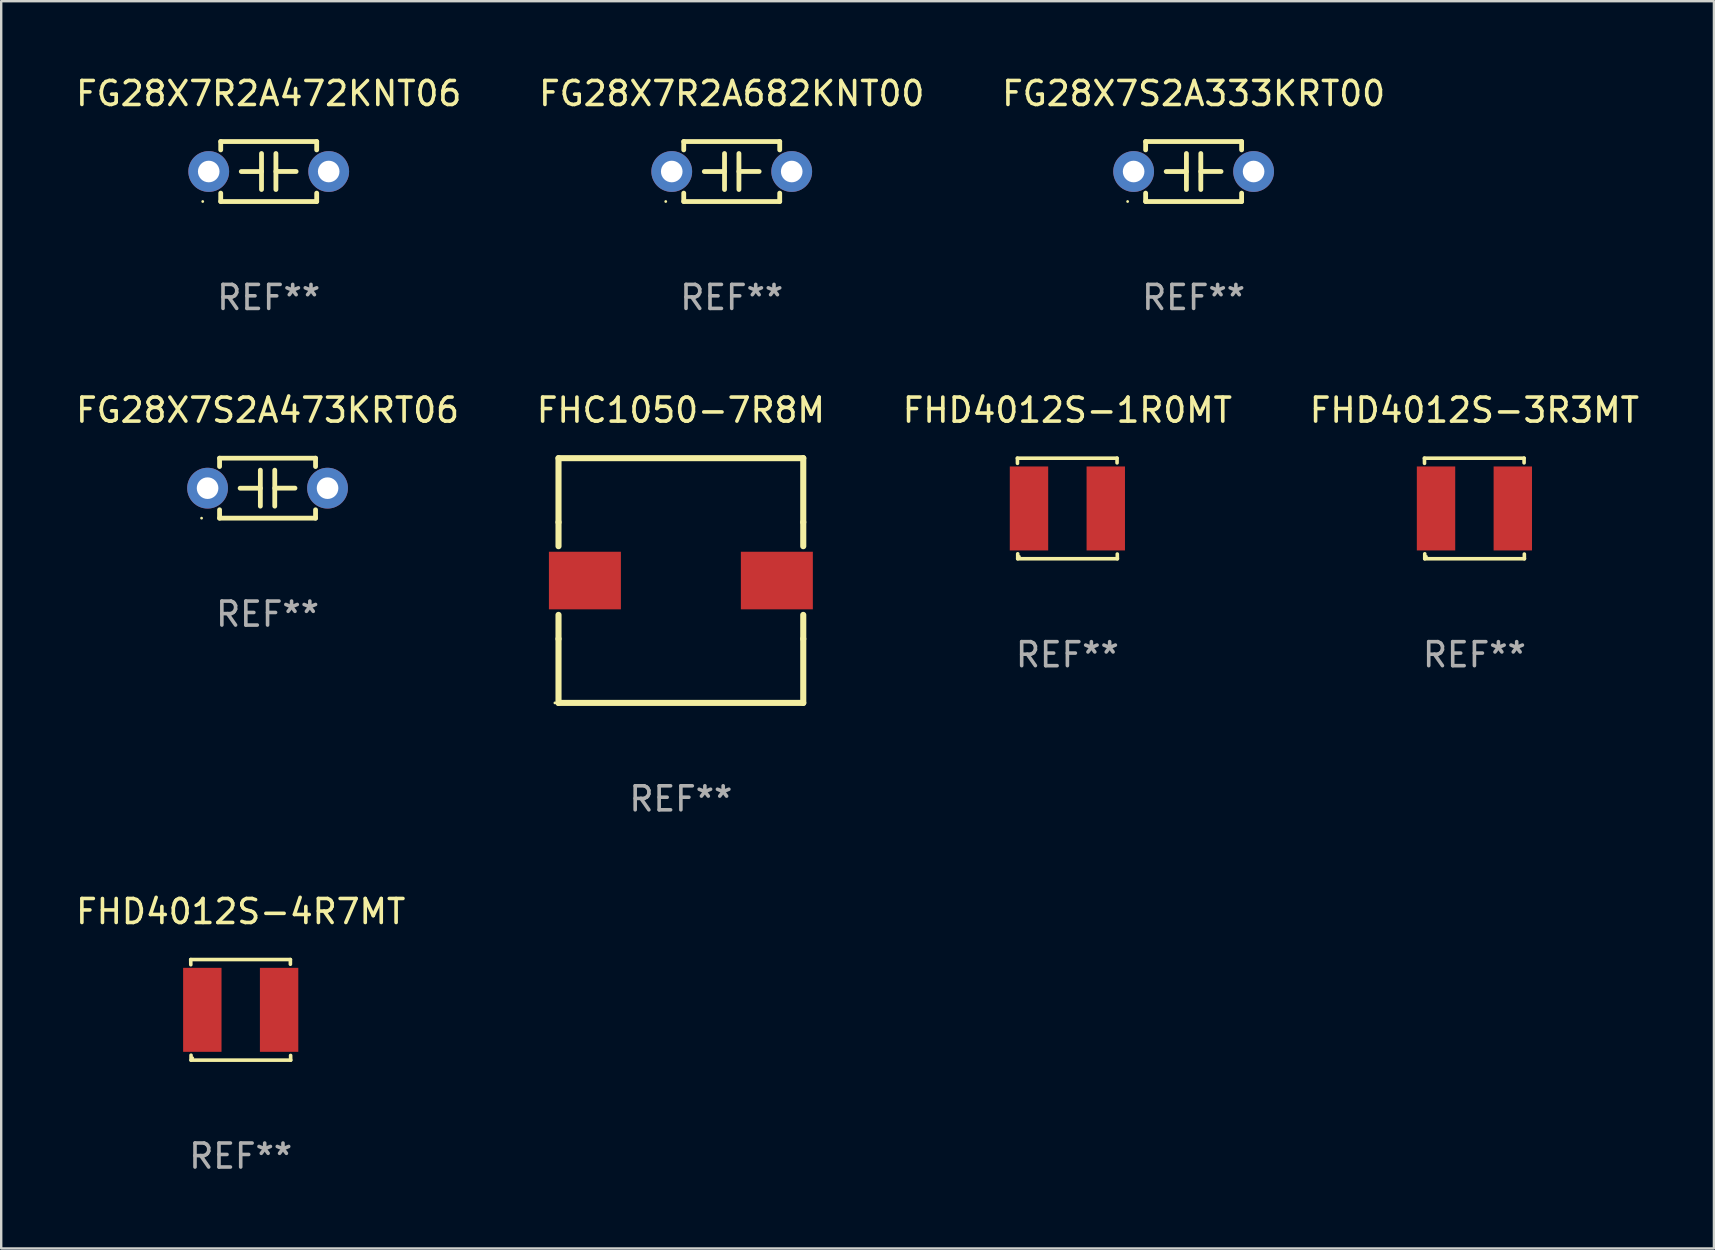
<source format=kicad_pcb>
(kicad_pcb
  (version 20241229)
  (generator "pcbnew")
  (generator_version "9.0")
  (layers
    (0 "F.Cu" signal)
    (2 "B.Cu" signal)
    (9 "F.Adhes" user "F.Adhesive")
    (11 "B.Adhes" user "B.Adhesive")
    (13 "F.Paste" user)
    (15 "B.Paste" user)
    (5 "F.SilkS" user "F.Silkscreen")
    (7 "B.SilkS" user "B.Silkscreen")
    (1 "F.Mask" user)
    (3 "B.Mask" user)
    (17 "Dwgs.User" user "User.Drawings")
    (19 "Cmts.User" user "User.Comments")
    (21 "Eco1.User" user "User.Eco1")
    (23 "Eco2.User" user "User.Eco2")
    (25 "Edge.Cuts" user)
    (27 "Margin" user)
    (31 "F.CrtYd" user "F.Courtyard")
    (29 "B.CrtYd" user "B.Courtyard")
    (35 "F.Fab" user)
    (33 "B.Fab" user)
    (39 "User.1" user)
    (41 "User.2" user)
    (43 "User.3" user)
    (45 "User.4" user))
  (footprint "FHC1050-7R8M"
    (layer "F.Cu")
    (at 25.327 21.145)
    (property "Reference" "FHC1050-7R8M" (at 0 -7.1 0) (layer "F.SilkS") (effects (font (size 1 1) (thickness 0.15))))
    (attr through_hole)
    (fp_line (start -5.1 -5.1) (end 5.1 -5.1) (stroke (width 0.254) (type solid)) (layer "F.SilkS"))
    (fp_line (start -5.1 -2.431) (end -5.1 -5.1) (stroke (width 0.254) (type solid)) (layer "F.SilkS"))
    (fp_line (start -5.1 -2.431) (end -5.1 -1.431) (stroke (width 0.254) (type solid)) (layer "F.SilkS"))
    (fp_line (start -5.1 1.431) (end -5.1 2.431) (stroke (width 0.254) (type solid)) (layer "F.SilkS"))
    (fp_line (start -5.1 5.1) (end -5.1 2.431) (stroke (width 0.254) (type solid)) (layer "F.SilkS"))
    (fp_line (start -5.1 5.1) (end 5.1 5.1) (stroke (width 0.254) (type solid)) (layer "F.SilkS"))
    (fp_line (start 5.1 -2.431) (end 5.1 -5.1) (stroke (width 0.254) (type solid)) (layer "F.SilkS"))
    (fp_line (start 5.1 -2.431) (end 5.1 -1.431) (stroke (width 0.254) (type solid)) (layer "F.SilkS"))
    (fp_line (start 5.1 1.431) (end 5.1 2.431) (stroke (width 0.254) (type solid)) (layer "F.SilkS"))
    (fp_line (start 5.1 5.1) (end 5.1 2.431) (stroke (width 0.254) (type solid)) (layer "F.SilkS"))
    (fp_circle (center -5.25 5.1) (end -5.22 5.1) (stroke (width 0.06) (type solid)) (fill no) (layer "F.SilkS"))
    (fp_text user "REF**" (at 0 9.1 0) (layer "F.Fab") (effects (font (size 1 1) (thickness 0.15))))
    (pad "1" smd rect (at -4 0.000076 90) (size 2.4 3) (layers "F.Cu" "F.Mask" "F.Paste"))
    (pad "2" smd rect (at 4 0.000076 90) (size 2.4 3) (layers "F.Cu" "F.Mask" "F.Paste")))
  (footprint "FHD4012S-1R0MT"
    (layer "F.Cu")
    (at 41.435 18.141)
    (property "Reference" "FHD4012S-1R0MT" (at 0 -4.096 0) (layer "F.SilkS") (effects (font (size 1 1) (thickness 0.15))))
    (attr through_hole)
    (fp_line (start -2.083 -2.096) (end -2.08 -1.88) (stroke (width 0.15) (type solid)) (layer "F.SilkS"))
    (fp_line (start -2.07 1.89) (end -2.07 2.096) (stroke (width 0.15) (type solid)) (layer "F.SilkS"))
    (fp_line (start -2.07 2.096) (end 2.083 2.096) (stroke (width 0.15) (type solid)) (layer "F.SilkS"))
    (fp_line (start 2.07 -1.9) (end 2.07 -2.096) (stroke (width 0.15) (type solid)) (layer "F.SilkS"))
    (fp_line (start 2.07 -2.096) (end -2.083 -2.096) (stroke (width 0.15) (type solid)) (layer "F.SilkS"))
    (fp_line (start 2.083 2.096) (end 2.08 1.9) (stroke (width 0.15) (type solid)) (layer "F.SilkS"))
    (fp_circle (center -2 2) (end -1.97 2) (stroke (width 0.06) (type solid)) (fill no) (layer "F.SilkS"))
    (fp_text user "REF**" (at 0 6.096 0) (layer "F.Fab") (effects (font (size 1 1) (thickness 0.15))))
    (pad "1" smd rect (at -1.6 -0.000343) (size 1.6 3.5) (layers "F.Cu" "F.Mask" "F.Paste"))
    (pad "2" smd rect (at 1.6 -0.000343) (size 1.6 3.5) (layers "F.Cu" "F.Mask" "F.Paste")))
  (footprint "FHD4012S-3R3MT"
    (layer "F.Cu")
    (at 58.399 18.141)
    (property "Reference" "FHD4012S-3R3MT" (at 0 -4.096 0) (layer "F.SilkS") (effects (font (size 1 1) (thickness 0.15))))
    (attr through_hole)
    (fp_line (start -2.083 -2.096) (end -2.08 -1.88) (stroke (width 0.15) (type solid)) (layer "F.SilkS"))
    (fp_line (start -2.07 1.89) (end -2.07 2.096) (stroke (width 0.15) (type solid)) (layer "F.SilkS"))
    (fp_line (start -2.07 2.096) (end 2.083 2.096) (stroke (width 0.15) (type solid)) (layer "F.SilkS"))
    (fp_line (start 2.07 -1.9) (end 2.07 -2.096) (stroke (width 0.15) (type solid)) (layer "F.SilkS"))
    (fp_line (start 2.07 -2.096) (end -2.083 -2.096) (stroke (width 0.15) (type solid)) (layer "F.SilkS"))
    (fp_line (start 2.083 2.096) (end 2.08 1.9) (stroke (width 0.15) (type solid)) (layer "F.SilkS"))
    (fp_circle (center -2 2) (end -1.97 2) (stroke (width 0.06) (type solid)) (fill no) (layer "F.SilkS"))
    (fp_text user "REF**" (at 0 6.096 0) (layer "F.Fab") (effects (font (size 1 1) (thickness 0.15))))
    (pad "1" smd rect (at -1.6 -0.000343) (size 1.6 3.5) (layers "F.Cu" "F.Mask" "F.Paste"))
    (pad "2" smd rect (at 1.6 -0.000343) (size 1.6 3.5) (layers "F.Cu" "F.Mask" "F.Paste")))
  (footprint "FG28X7R2A682KNT00"
    (layer "F.Cu")
    (at 27.446 4.098)
    (property "Reference" "FG28X7R2A682KNT00" (at 0 -3.25 0) (layer "F.SilkS") (effects (font (size 1 1) (thickness 0.15))))
    (attr through_hole)
    (fp_line (start -2 -1.25) (end -2 -0.901) (stroke (width 0.2) (type solid)) (layer "F.SilkS"))
    (fp_line (start -2 -1.25) (end 2 -1.25) (stroke (width 0.2) (type solid)) (layer "F.SilkS"))
    (fp_line (start -2 0.901) (end -2 1.25) (stroke (width 0.2) (type solid)) (layer "F.SilkS"))
    (fp_line (start -0.3 -0.75) (end -0.3 0.75) (stroke (width 0.2) (type solid)) (layer "F.SilkS"))
    (fp_line (start -0.3 0.001) (end -1.143 0.001) (stroke (width 0.2) (type solid)) (layer "F.SilkS"))
    (fp_line (start 0.3 -0.001) (end 1.143 -0.001) (stroke (width 0.2) (type solid)) (layer "F.SilkS"))
    (fp_line (start 0.3 0.75) (end 0.3 -0.75) (stroke (width 0.2) (type solid)) (layer "F.SilkS"))
    (fp_line (start 2 -1.25) (end 2 -0.901) (stroke (width 0.2) (type solid)) (layer "F.SilkS"))
    (fp_line (start 2 0.901) (end 2 1.25) (stroke (width 0.2) (type solid)) (layer "F.SilkS"))
    (fp_line (start 2 1.25) (end -2 1.25) (stroke (width 0.2) (type solid)) (layer "F.SilkS"))
    (fp_circle (center -2.75 1.25) (end -2.72 1.25) (stroke (width 0.06) (type solid)) (fill no) (layer "F.SilkS"))
    (fp_text user "REF**" (at 0 5.25 0) (layer "F.Fab") (effects (font (size 1 1) (thickness 0.15))))
    (pad "1" thru_hole circle (at -2.5 0) (size 1.7 1.7) (drill 0.9) (layers "*.Cu" "*.Mask"))
    (pad "2" thru_hole circle (at 2.5 0) (size 1.7 1.7) (drill 0.9) (layers "*.Cu" "*.Mask")))
  (footprint "FG28X7S2A333KRT00"
    (layer "F.Cu")
    (at 46.696 4.098)
    (property "Reference" "FG28X7S2A333KRT00" (at 0 -3.25 0) (layer "F.SilkS") (effects (font (size 1 1) (thickness 0.15))))
    (attr through_hole)
    (fp_line (start -2 -1.25) (end -2 -0.901) (stroke (width 0.2) (type solid)) (layer "F.SilkS"))
    (fp_line (start -2 -1.25) (end 2 -1.25) (stroke (width 0.2) (type solid)) (layer "F.SilkS"))
    (fp_line (start -2 0.901) (end -2 1.25) (stroke (width 0.2) (type solid)) (layer "F.SilkS"))
    (fp_line (start -0.3 -0.75) (end -0.3 0.75) (stroke (width 0.2) (type solid)) (layer "F.SilkS"))
    (fp_line (start -0.3 0.001) (end -1.143 0.001) (stroke (width 0.2) (type solid)) (layer "F.SilkS"))
    (fp_line (start 0.3 -0.001) (end 1.143 -0.001) (stroke (width 0.2) (type solid)) (layer "F.SilkS"))
    (fp_line (start 0.3 0.75) (end 0.3 -0.75) (stroke (width 0.2) (type solid)) (layer "F.SilkS"))
    (fp_line (start 2 -1.25) (end 2 -0.901) (stroke (width 0.2) (type solid)) (layer "F.SilkS"))
    (fp_line (start 2 0.901) (end 2 1.25) (stroke (width 0.2) (type solid)) (layer "F.SilkS"))
    (fp_line (start 2 1.25) (end -2 1.25) (stroke (width 0.2) (type solid)) (layer "F.SilkS"))
    (fp_circle (center -2.75 1.25) (end -2.72 1.25) (stroke (width 0.06) (type solid)) (fill no) (layer "F.SilkS"))
    (fp_text user "REF**" (at 0 5.25 0) (layer "F.Fab") (effects (font (size 1 1) (thickness 0.15))))
    (pad "1" thru_hole circle (at -2.5 0) (size 1.7 1.7) (drill 0.9) (layers "*.Cu" "*.Mask"))
    (pad "2" thru_hole circle (at 2.5 0) (size 1.7 1.7) (drill 0.9) (layers "*.Cu" "*.Mask")))
  (footprint "FHD4012S-4R7MT"
    (layer "F.Cu")
    (at 6.982 39.037)
    (property "Reference" "FHD4012S-4R7MT" (at 0 -4.096 0) (layer "F.SilkS") (effects (font (size 1 1) (thickness 0.15))))
    (attr through_hole)
    (fp_line (start -2.083 -2.096) (end -2.08 -1.88) (stroke (width 0.15) (type solid)) (layer "F.SilkS"))
    (fp_line (start -2.07 1.89) (end -2.07 2.096) (stroke (width 0.15) (type solid)) (layer "F.SilkS"))
    (fp_line (start -2.07 2.096) (end 2.083 2.096) (stroke (width 0.15) (type solid)) (layer "F.SilkS"))
    (fp_line (start 2.07 -1.9) (end 2.07 -2.096) (stroke (width 0.15) (type solid)) (layer "F.SilkS"))
    (fp_line (start 2.07 -2.096) (end -2.083 -2.096) (stroke (width 0.15) (type solid)) (layer "F.SilkS"))
    (fp_line (start 2.083 2.096) (end 2.08 1.9) (stroke (width 0.15) (type solid)) (layer "F.SilkS"))
    (fp_circle (center -2 2) (end -1.97 2) (stroke (width 0.06) (type solid)) (fill no) (layer "F.SilkS"))
    (fp_text user "REF**" (at 0 6.096 0) (layer "F.Fab") (effects (font (size 1 1) (thickness 0.15))))
    (pad "1" smd rect (at -1.6 -0.000343) (size 1.6 3.5) (layers "F.Cu" "F.Mask" "F.Paste"))
    (pad "2" smd rect (at 1.6 -0.000343) (size 1.6 3.5) (layers "F.Cu" "F.Mask" "F.Paste")))
  (footprint "FG28X7S2A473KRT06"
    (layer "F.Cu")
    (at 8.101 17.295)
    (property "Reference" "FG28X7S2A473KRT06" (at 0 -3.25 0) (layer "F.SilkS") (effects (font (size 1 1) (thickness 0.15))))
    (attr through_hole)
    (fp_line (start -2 -1.25) (end -2 -0.901) (stroke (width 0.2) (type solid)) (layer "F.SilkS"))
    (fp_line (start -2 -1.25) (end 2 -1.25) (stroke (width 0.2) (type solid)) (layer "F.SilkS"))
    (fp_line (start -2 0.901) (end -2 1.25) (stroke (width 0.2) (type solid)) (layer "F.SilkS"))
    (fp_line (start -0.3 -0.75) (end -0.3 0.75) (stroke (width 0.2) (type solid)) (layer "F.SilkS"))
    (fp_line (start -0.3 0.001) (end -1.143 0.001) (stroke (width 0.2) (type solid)) (layer "F.SilkS"))
    (fp_line (start 0.3 -0.001) (end 1.143 -0.001) (stroke (width 0.2) (type solid)) (layer "F.SilkS"))
    (fp_line (start 0.3 0.75) (end 0.3 -0.75) (stroke (width 0.2) (type solid)) (layer "F.SilkS"))
    (fp_line (start 2 -1.25) (end 2 -0.901) (stroke (width 0.2) (type solid)) (layer "F.SilkS"))
    (fp_line (start 2 0.901) (end 2 1.25) (stroke (width 0.2) (type solid)) (layer "F.SilkS"))
    (fp_line (start 2 1.25) (end -2 1.25) (stroke (width 0.2) (type solid)) (layer "F.SilkS"))
    (fp_circle (center -2.75 1.25) (end -2.72 1.25) (stroke (width 0.06) (type solid)) (fill no) (layer "F.SilkS"))
    (fp_text user "REF**" (at 0 5.25 0) (layer "F.Fab") (effects (font (size 1 1) (thickness 0.15))))
    (pad "1" thru_hole circle (at -2.5 0) (size 1.7 1.7) (drill 0.9) (layers "*.Cu" "*.Mask"))
    (pad "2" thru_hole circle (at 2.5 0) (size 1.7 1.7) (drill 0.9) (layers "*.Cu" "*.Mask")))
  (footprint "FG28X7R2A472KNT06"
    (layer "F.Cu")
    (at 8.149 4.098)
    (property "Reference" "FG28X7R2A472KNT06" (at 0 -3.25 0) (layer "F.SilkS") (effects (font (size 1 1) (thickness 0.15))))
    (attr through_hole)
    (fp_line (start -2 -1.25) (end -2 -0.901) (stroke (width 0.2) (type solid)) (layer "F.SilkS"))
    (fp_line (start -2 -1.25) (end 2 -1.25) (stroke (width 0.2) (type solid)) (layer "F.SilkS"))
    (fp_line (start -2 0.901) (end -2 1.25) (stroke (width 0.2) (type solid)) (layer "F.SilkS"))
    (fp_line (start -0.3 -0.75) (end -0.3 0.75) (stroke (width 0.2) (type solid)) (layer "F.SilkS"))
    (fp_line (start -0.3 0.001) (end -1.143 0.001) (stroke (width 0.2) (type solid)) (layer "F.SilkS"))
    (fp_line (start 0.3 -0.001) (end 1.143 -0.001) (stroke (width 0.2) (type solid)) (layer "F.SilkS"))
    (fp_line (start 0.3 0.75) (end 0.3 -0.75) (stroke (width 0.2) (type solid)) (layer "F.SilkS"))
    (fp_line (start 2 -1.25) (end 2 -0.901) (stroke (width 0.2) (type solid)) (layer "F.SilkS"))
    (fp_line (start 2 0.901) (end 2 1.25) (stroke (width 0.2) (type solid)) (layer "F.SilkS"))
    (fp_line (start 2 1.25) (end -2 1.25) (stroke (width 0.2) (type solid)) (layer "F.SilkS"))
    (fp_circle (center -2.75 1.25) (end -2.72 1.25) (stroke (width 0.06) (type solid)) (fill no) (layer "F.SilkS"))
    (fp_text user "REF**" (at 0 5.25 0) (layer "F.Fab") (effects (font (size 1 1) (thickness 0.15))))
    (pad "1" thru_hole circle (at -2.5 0) (size 1.7 1.7) (drill 0.9) (layers "*.Cu" "*.Mask"))
    (pad "2" thru_hole circle (at 2.5 0) (size 1.7 1.7) (drill 0.9) (layers "*.Cu" "*.Mask")))
  (gr_rect
    (start -3 -3)
    (end 68.381 48.981)
    (stroke (width 0.1) (type default))
    (fill no)
    (layer "Edge.Cuts")))
</source>
